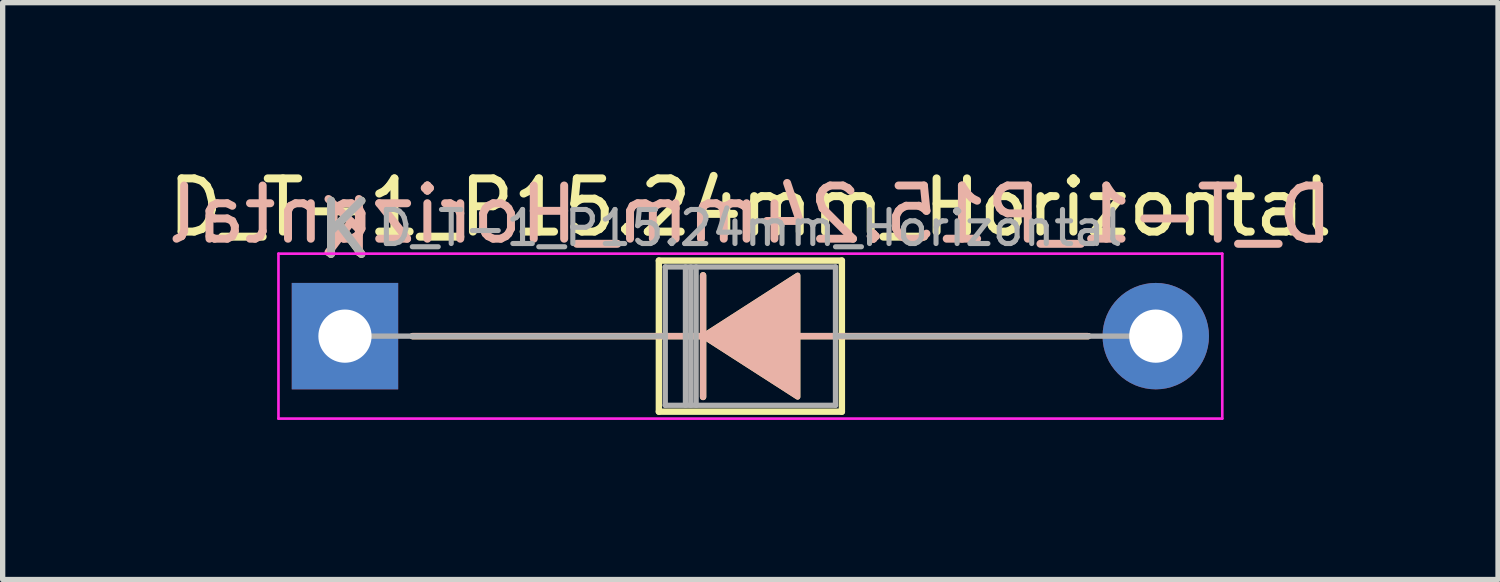
<source format=kicad_pcb>
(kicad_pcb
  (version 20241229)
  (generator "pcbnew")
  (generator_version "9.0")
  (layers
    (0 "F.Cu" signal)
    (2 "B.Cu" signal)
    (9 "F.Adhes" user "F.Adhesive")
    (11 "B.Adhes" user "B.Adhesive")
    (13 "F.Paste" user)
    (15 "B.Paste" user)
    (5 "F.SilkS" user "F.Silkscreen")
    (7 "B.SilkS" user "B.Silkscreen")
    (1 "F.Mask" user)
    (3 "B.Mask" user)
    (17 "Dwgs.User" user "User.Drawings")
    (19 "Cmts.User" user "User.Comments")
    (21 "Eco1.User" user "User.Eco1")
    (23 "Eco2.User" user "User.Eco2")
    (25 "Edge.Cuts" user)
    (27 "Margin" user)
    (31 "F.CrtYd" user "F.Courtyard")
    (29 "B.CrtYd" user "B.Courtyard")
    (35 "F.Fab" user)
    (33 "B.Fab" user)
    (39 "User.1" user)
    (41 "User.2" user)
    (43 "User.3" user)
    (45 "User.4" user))
  (footprint "D_T-1_P15.24mm_Horizontal"
    (layer "F.Cu")
    (at 3.434 3.268)
    (property "Reference" "D_T-1_P15.24mm_Horizontal" (at 7.62 -2.42 0) (layer "F.SilkS") (effects (font (size 1 1) (thickness 0.15))))
    (fp_line (start 1.27 0) (end 5.9 0) (stroke (width 0.12) (type solid)) (layer "F.SilkS"))
    (fp_line (start 5.9 -1.42) (end 5.9 1.42) (stroke (width 0.12) (type solid)) (layer "F.SilkS"))
    (fp_line (start 5.9 1.42) (end 9.34 1.42) (stroke (width 0.12) (type solid)) (layer "F.SilkS"))
    (fp_line (start 6.731 -1.143) (end 6.731 1.143) (stroke (width 0.12) (type solid)) (layer "F.SilkS"))
    (fp_line (start 6.858 0) (end 5.9 0) (stroke (width 0.12) (type solid)) (layer "F.SilkS"))
    (fp_line (start 8.509 0) (end 9.34 0) (stroke (width 0.12) (type solid)) (layer "F.SilkS"))
    (fp_line (start 9.34 -1.42) (end 5.9 -1.42) (stroke (width 0.12) (type solid)) (layer "F.SilkS"))
    (fp_line (start 9.34 1.42) (end 9.34 -1.42) (stroke (width 0.12) (type solid)) (layer "F.SilkS"))
    (fp_line (start 13.97 0) (end 9.34 0) (stroke (width 0.12) (type solid)) (layer "F.SilkS"))
    (fp_poly (pts (xy 8.509 1.143) (xy 6.731 0) (xy 8.509 -1.143)) (stroke (width 0.1) (type solid)) (fill yes) (layer "F.SilkS"))
    (fp_line (start 1.27 0) (end 5.9 0) (stroke (width 0.12) (type solid)) (layer "B.SilkS"))
    (fp_line (start 6.731 1.143) (end 6.731 -1.143) (stroke (width 0.12) (type solid)) (layer "B.SilkS"))
    (fp_line (start 6.858 0) (end 5.9 0) (stroke (width 0.12) (type solid)) (layer "B.SilkS"))
    (fp_line (start 8.509 0) (end 9.34 0) (stroke (width 0.12) (type solid)) (layer "B.SilkS"))
    (fp_line (start 13.97 0) (end 9.34 0) (stroke (width 0.12) (type solid)) (layer "B.SilkS"))
    (fp_poly (pts (xy 8.509 -1.143) (xy 6.731 0) (xy 8.509 1.143)) (stroke (width 0.1) (type solid)) (fill yes) (layer "B.SilkS"))
    (fp_line (start -1.25 -1.55) (end -1.25 1.55) (stroke (width 0.05) (type solid)) (layer "F.CrtYd"))
    (fp_line (start -1.25 1.55) (end 16.49 1.55) (stroke (width 0.05) (type solid)) (layer "F.CrtYd"))
    (fp_line (start 16.49 -1.55) (end -1.25 -1.55) (stroke (width 0.05) (type solid)) (layer "F.CrtYd"))
    (fp_line (start 16.49 1.55) (end 16.49 -1.55) (stroke (width 0.05) (type solid)) (layer "F.CrtYd"))
    (fp_line (start 0 0) (end 6.02 0) (stroke (width 0.1) (type solid)) (layer "F.Fab"))
    (fp_line (start 6.02 -1.3) (end 6.02 1.3) (stroke (width 0.1) (type solid)) (layer "F.Fab"))
    (fp_line (start 6.02 1.3) (end 9.22 1.3) (stroke (width 0.1) (type solid)) (layer "F.Fab"))
    (fp_line (start 6.4 -1.3) (end 6.4 1.3) (stroke (width 0.1) (type solid)) (layer "F.Fab"))
    (fp_line (start 6.5 -1.3) (end 6.5 1.3) (stroke (width 0.1) (type solid)) (layer "F.Fab"))
    (fp_line (start 6.6 -1.3) (end 6.6 1.3) (stroke (width 0.1) (type solid)) (layer "F.Fab"))
    (fp_line (start 9.22 -1.3) (end 6.02 -1.3) (stroke (width 0.1) (type solid)) (layer "F.Fab"))
    (fp_line (start 9.22 1.3) (end 9.22 -1.3) (stroke (width 0.1) (type solid)) (layer "F.Fab"))
    (fp_line (start 15.24 0) (end 9.22 0) (stroke (width 0.1) (type solid)) (layer "F.Fab"))
    (fp_text user "K" (at 0 -2 0) (layer "F.SilkS") (effects (font (size 1 1) (thickness 0.15))))
    (fp_text user "${REFERENCE}" (at 7.62 -2.286 0) (layer "B.SilkS") (effects (font (size 1 1) (thickness 0.15)) (justify mirror)))
    (fp_text user "K" (at 0 -2.032 0) (layer "B.SilkS") (effects (font (size 1 1) (thickness 0.15)) (justify mirror)))
    (fp_text user "K" (at 0 -2 0) (layer "F.Fab") (effects (font (size 1 1) (thickness 0.15))))
    (fp_text user "${REFERENCE}" (at 7.62 -2.032 0) (layer "F.Fab") (effects (font (size 0.64 0.64) (thickness 0.096))))
    (pad "1" thru_hole rect (at 0 0) (size 2 2) (drill 1) (layers "*.Cu" "*.Mask"))
    (pad "2" thru_hole oval (at 15.24 0) (size 2 2) (drill 1) (layers "*.Cu" "*.Mask")))
  (gr_rect
    (start -3 -3)
    (end 25.107 7.843)
    (stroke (width 0.1) (type default))
    (fill no)
    (layer "Edge.Cuts")))
</source>
